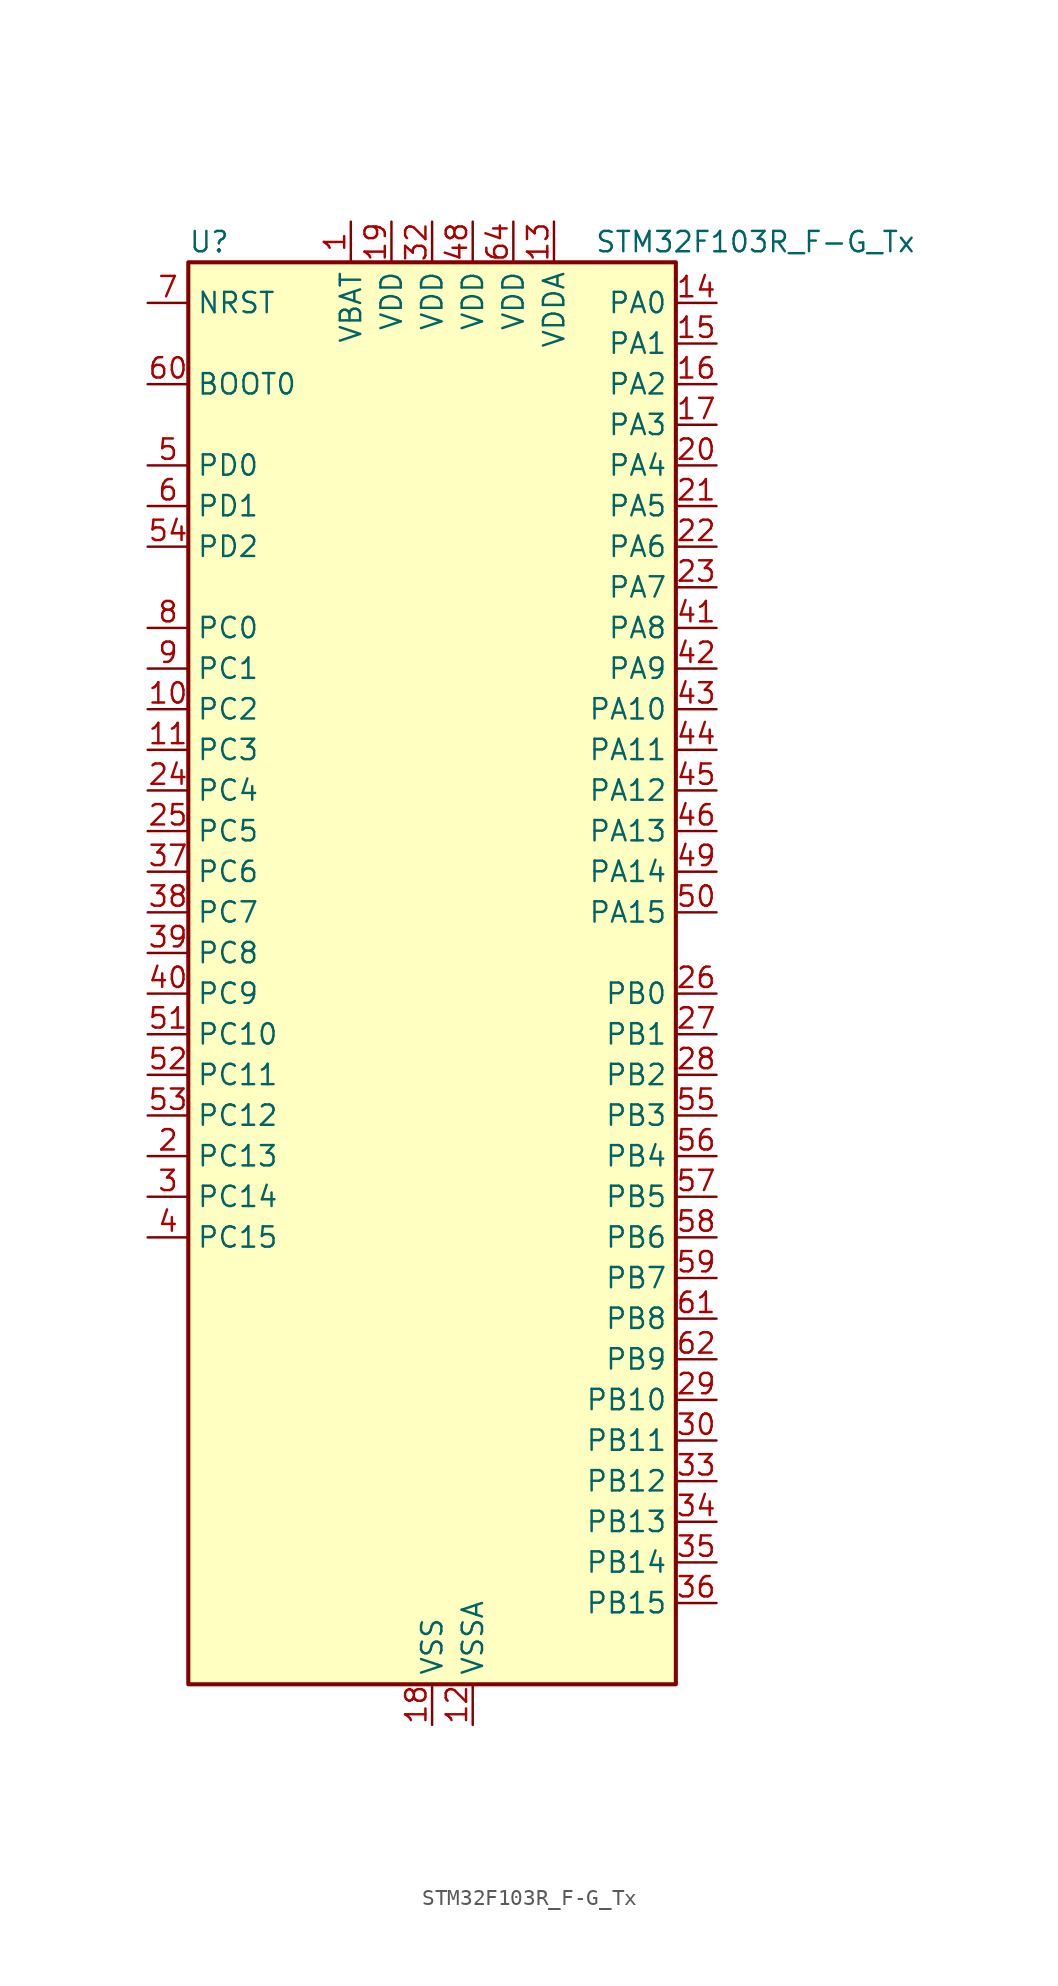
<source format=kicad_sym>
(kicad_symbol_lib
  (version 20220914)
  (generator kicad_symbol_editor)
  (symbol "STM32F103R_F-G_Tx"
    (property "Reference" "U"
      (at -15.24 46.99 0)
      (effects (font (size 1.27 1.27)) (justify left)))
    (property "Value" "STM32F103R_F-G_Tx"
      (at 10.16 46.99 0)
      (effects (font (size 1.27 1.27)) (justify left)))
    (property "ki_locked" ""
      (at 0 0 0)
      (effects (font (size 1.27 1.27))))
    (symbol "STM32F103R_F-G_Tx_0_1"
      (rectangle (start -15.24 -43.18) (end 15.24 45.72) (stroke (width 0.254) (type default)) (fill (type background))))
    (symbol "STM32F103R_F-G_Tx_1_1"
      (pin power_in line (at -5.08 48.26 270) (length 2.54) (name "VBAT" (effects (font (size 1.27 1.27)))) (number "1" (effects (font (size 1.27 1.27)))))
      (pin bidirectional line (at -17.78 17.78 0) (length 2.54) (name "PC2" (effects (font (size 1.27 1.27)))) (number "10" (effects (font (size 1.27 1.27)))) (alternate "ADC1_IN12" bidirectional line) (alternate "ADC2_IN12" bidirectional line) (alternate "ADC3_IN12" bidirectional line))
      (pin bidirectional line (at -17.78 15.24 0) (length 2.54) (name "PC3" (effects (font (size 1.27 1.27)))) (number "11" (effects (font (size 1.27 1.27)))) (alternate "ADC1_IN13" bidirectional line) (alternate "ADC2_IN13" bidirectional line) (alternate "ADC3_IN13" bidirectional line))
      (pin power_in line (at 2.54 -45.72 90) (length 2.54) (name "VSSA" (effects (font (size 1.27 1.27)))) (number "12" (effects (font (size 1.27 1.27)))))
      (pin power_in line (at 7.62 48.26 270) (length 2.54) (name "VDDA" (effects (font (size 1.27 1.27)))) (number "13" (effects (font (size 1.27 1.27)))))
      (pin bidirectional line (at 17.78 43.18 180) (length 2.54) (name "PA0" (effects (font (size 1.27 1.27)))) (number "14" (effects (font (size 1.27 1.27)))) (alternate "ADC1_IN0" bidirectional line) (alternate "ADC2_IN0" bidirectional line) (alternate "ADC3_IN0" bidirectional line) (alternate "SYS_WKUP" bidirectional line) (alternate "TIM2_CH1" bidirectional line) (alternate "TIM2_ETR" bidirectional line) (alternate "TIM5_CH1" bidirectional line) (alternate "TIM8_ETR" bidirectional line) (alternate "USART2_CTS" bidirectional line))
      (pin bidirectional line (at 17.78 40.64 180) (length 2.54) (name "PA1" (effects (font (size 1.27 1.27)))) (number "15" (effects (font (size 1.27 1.27)))) (alternate "ADC1_IN1" bidirectional line) (alternate "ADC2_IN1" bidirectional line) (alternate "ADC3_IN1" bidirectional line) (alternate "TIM2_CH2" bidirectional line) (alternate "TIM5_CH2" bidirectional line) (alternate "USART2_RTS" bidirectional line))
      (pin bidirectional line (at 17.78 38.1 180) (length 2.54) (name "PA2" (effects (font (size 1.27 1.27)))) (number "16" (effects (font (size 1.27 1.27)))) (alternate "ADC1_IN2" bidirectional line) (alternate "ADC2_IN2" bidirectional line) (alternate "ADC3_IN2" bidirectional line) (alternate "TIM2_CH3" bidirectional line) (alternate "TIM5_CH3" bidirectional line) (alternate "TIM9_CH1" bidirectional line) (alternate "USART2_TX" bidirectional line))
      (pin bidirectional line (at 17.78 35.56 180) (length 2.54) (name "PA3" (effects (font (size 1.27 1.27)))) (number "17" (effects (font (size 1.27 1.27)))) (alternate "ADC1_IN3" bidirectional line) (alternate "ADC2_IN3" bidirectional line) (alternate "ADC3_IN3" bidirectional line) (alternate "TIM2_CH4" bidirectional line) (alternate "TIM5_CH4" bidirectional line) (alternate "TIM9_CH2" bidirectional line) (alternate "USART2_RX" bidirectional line))
      (pin power_in line (at 0 -45.72 90) (length 2.54) (name "VSS" (effects (font (size 1.27 1.27)))) (number "18" (effects (font (size 1.27 1.27)))))
      (pin power_in line (at -2.54 48.26 270) (length 2.54) (name "VDD" (effects (font (size 1.27 1.27)))) (number "19" (effects (font (size 1.27 1.27)))))
      (pin bidirectional line (at -17.78 -10.16 0) (length 2.54) (name "PC13" (effects (font (size 1.27 1.27)))) (number "2" (effects (font (size 1.27 1.27)))) (alternate "RTC_OUT" bidirectional line) (alternate "RTC_TAMPER" bidirectional line))
      (pin bidirectional line (at 17.78 33.02 180) (length 2.54) (name "PA4" (effects (font (size 1.27 1.27)))) (number "20" (effects (font (size 1.27 1.27)))) (alternate "ADC1_IN4" bidirectional line) (alternate "ADC2_IN4" bidirectional line) (alternate "DAC_OUT1" bidirectional line) (alternate "SPI1_NSS" bidirectional line) (alternate "USART2_CK" bidirectional line))
      (pin bidirectional line (at 17.78 30.48 180) (length 2.54) (name "PA5" (effects (font (size 1.27 1.27)))) (number "21" (effects (font (size 1.27 1.27)))) (alternate "ADC1_IN5" bidirectional line) (alternate "ADC2_IN5" bidirectional line) (alternate "DAC_OUT2" bidirectional line) (alternate "SPI1_SCK" bidirectional line))
      (pin bidirectional line (at 17.78 27.94 180) (length 2.54) (name "PA6" (effects (font (size 1.27 1.27)))) (number "22" (effects (font (size 1.27 1.27)))) (alternate "ADC1_IN6" bidirectional line) (alternate "ADC2_IN6" bidirectional line) (alternate "SPI1_MISO" bidirectional line) (alternate "TIM13_CH1" bidirectional line) (alternate "TIM1_BKIN" bidirectional line) (alternate "TIM3_CH1" bidirectional line) (alternate "TIM8_BKIN" bidirectional line))
      (pin bidirectional line (at 17.78 25.4 180) (length 2.54) (name "PA7" (effects (font (size 1.27 1.27)))) (number "23" (effects (font (size 1.27 1.27)))) (alternate "ADC1_IN7" bidirectional line) (alternate "ADC2_IN7" bidirectional line) (alternate "SPI1_MOSI" bidirectional line) (alternate "TIM14_CH1" bidirectional line) (alternate "TIM1_CH1N" bidirectional line) (alternate "TIM3_CH2" bidirectional line) (alternate "TIM8_CH1N" bidirectional line))
      (pin bidirectional line (at -17.78 12.7 0) (length 2.54) (name "PC4" (effects (font (size 1.27 1.27)))) (number "24" (effects (font (size 1.27 1.27)))) (alternate "ADC1_IN14" bidirectional line) (alternate "ADC2_IN14" bidirectional line))
      (pin bidirectional line (at -17.78 10.16 0) (length 2.54) (name "PC5" (effects (font (size 1.27 1.27)))) (number "25" (effects (font (size 1.27 1.27)))) (alternate "ADC1_IN15" bidirectional line) (alternate "ADC2_IN15" bidirectional line))
      (pin bidirectional line (at 17.78 0 180) (length 2.54) (name "PB0" (effects (font (size 1.27 1.27)))) (number "26" (effects (font (size 1.27 1.27)))) (alternate "ADC1_IN8" bidirectional line) (alternate "ADC2_IN8" bidirectional line) (alternate "TIM1_CH2N" bidirectional line) (alternate "TIM3_CH3" bidirectional line) (alternate "TIM8_CH2N" bidirectional line))
      (pin bidirectional line (at 17.78 -2.54 180) (length 2.54) (name "PB1" (effects (font (size 1.27 1.27)))) (number "27" (effects (font (size 1.27 1.27)))) (alternate "ADC1_IN9" bidirectional line) (alternate "ADC2_IN9" bidirectional line) (alternate "TIM1_CH3N" bidirectional line) (alternate "TIM3_CH4" bidirectional line) (alternate "TIM8_CH3N" bidirectional line))
      (pin bidirectional line (at 17.78 -5.08 180) (length 2.54) (name "PB2" (effects (font (size 1.27 1.27)))) (number "28" (effects (font (size 1.27 1.27)))))
      (pin bidirectional line (at 17.78 -25.4 180) (length 2.54) (name "PB10" (effects (font (size 1.27 1.27)))) (number "29" (effects (font (size 1.27 1.27)))) (alternate "I2C2_SCL" bidirectional line) (alternate "TIM2_CH3" bidirectional line) (alternate "USART3_TX" bidirectional line))
      (pin bidirectional line (at -17.78 -12.7 0) (length 2.54) (name "PC14" (effects (font (size 1.27 1.27)))) (number "3" (effects (font (size 1.27 1.27)))) (alternate "RCC_OSC32_IN" bidirectional line))
      (pin bidirectional line (at 17.78 -27.94 180) (length 2.54) (name "PB11" (effects (font (size 1.27 1.27)))) (number "30" (effects (font (size 1.27 1.27)))) (alternate "ADC1_EXTI11" bidirectional line) (alternate "ADC2_EXTI11" bidirectional line) (alternate "I2C2_SDA" bidirectional line) (alternate "TIM2_CH4" bidirectional line) (alternate "USART3_RX" bidirectional line))
      (pin passive line (at 0 -45.72 90) (length 2.54) hide (name "VSS" (effects (font (size 1.27 1.27)))) (number "31" (effects (font (size 1.27 1.27)))))
      (pin power_in line (at 0 48.26 270) (length 2.54) (name "VDD" (effects (font (size 1.27 1.27)))) (number "32" (effects (font (size 1.27 1.27)))))
      (pin bidirectional line (at 17.78 -30.48 180) (length 2.54) (name "PB12" (effects (font (size 1.27 1.27)))) (number "33" (effects (font (size 1.27 1.27)))) (alternate "I2C2_SMBA" bidirectional line) (alternate "I2S2_WS" bidirectional line) (alternate "SPI2_NSS" bidirectional line) (alternate "TIM1_BKIN" bidirectional line) (alternate "USART3_CK" bidirectional line))
      (pin bidirectional line (at 17.78 -33.02 180) (length 2.54) (name "PB13" (effects (font (size 1.27 1.27)))) (number "34" (effects (font (size 1.27 1.27)))) (alternate "I2S2_CK" bidirectional line) (alternate "SPI2_SCK" bidirectional line) (alternate "TIM1_CH1N" bidirectional line) (alternate "USART3_CTS" bidirectional line))
      (pin bidirectional line (at 17.78 -35.56 180) (length 2.54) (name "PB14" (effects (font (size 1.27 1.27)))) (number "35" (effects (font (size 1.27 1.27)))) (alternate "SPI2_MISO" bidirectional line) (alternate "TIM12_CH1" bidirectional line) (alternate "TIM1_CH2N" bidirectional line) (alternate "USART3_RTS" bidirectional line))
      (pin bidirectional line (at 17.78 -38.1 180) (length 2.54) (name "PB15" (effects (font (size 1.27 1.27)))) (number "36" (effects (font (size 1.27 1.27)))) (alternate "ADC1_EXTI15" bidirectional line) (alternate "ADC2_EXTI15" bidirectional line) (alternate "I2S2_SD" bidirectional line) (alternate "SPI2_MOSI" bidirectional line) (alternate "TIM12_CH2" bidirectional line) (alternate "TIM1_CH3N" bidirectional line))
      (pin bidirectional line (at -17.78 7.62 0) (length 2.54) (name "PC6" (effects (font (size 1.27 1.27)))) (number "37" (effects (font (size 1.27 1.27)))) (alternate "I2S2_MCK" bidirectional line) (alternate "SDIO_D6" bidirectional line) (alternate "TIM3_CH1" bidirectional line) (alternate "TIM8_CH1" bidirectional line))
      (pin bidirectional line (at -17.78 5.08 0) (length 2.54) (name "PC7" (effects (font (size 1.27 1.27)))) (number "38" (effects (font (size 1.27 1.27)))) (alternate "I2S3_MCK" bidirectional line) (alternate "SDIO_D7" bidirectional line) (alternate "TIM3_CH2" bidirectional line) (alternate "TIM8_CH2" bidirectional line))
      (pin bidirectional line (at -17.78 2.54 0) (length 2.54) (name "PC8" (effects (font (size 1.27 1.27)))) (number "39" (effects (font (size 1.27 1.27)))) (alternate "SDIO_D0" bidirectional line) (alternate "TIM3_CH3" bidirectional line) (alternate "TIM8_CH3" bidirectional line))
      (pin bidirectional line (at -17.78 -15.24 0) (length 2.54) (name "PC15" (effects (font (size 1.27 1.27)))) (number "4" (effects (font (size 1.27 1.27)))) (alternate "ADC1_EXTI15" bidirectional line) (alternate "ADC2_EXTI15" bidirectional line) (alternate "RCC_OSC32_OUT" bidirectional line))
      (pin bidirectional line (at -17.78 0 0) (length 2.54) (name "PC9" (effects (font (size 1.27 1.27)))) (number "40" (effects (font (size 1.27 1.27)))) (alternate "DAC_EXTI9" bidirectional line) (alternate "SDIO_D1" bidirectional line) (alternate "TIM3_CH4" bidirectional line) (alternate "TIM8_CH4" bidirectional line))
      (pin bidirectional line (at 17.78 22.86 180) (length 2.54) (name "PA8" (effects (font (size 1.27 1.27)))) (number "41" (effects (font (size 1.27 1.27)))) (alternate "RCC_MCO" bidirectional line) (alternate "TIM1_CH1" bidirectional line) (alternate "USART1_CK" bidirectional line))
      (pin bidirectional line (at 17.78 20.32 180) (length 2.54) (name "PA9" (effects (font (size 1.27 1.27)))) (number "42" (effects (font (size 1.27 1.27)))) (alternate "DAC_EXTI9" bidirectional line) (alternate "TIM1_CH2" bidirectional line) (alternate "USART1_TX" bidirectional line))
      (pin bidirectional line (at 17.78 17.78 180) (length 2.54) (name "PA10" (effects (font (size 1.27 1.27)))) (number "43" (effects (font (size 1.27 1.27)))) (alternate "TIM1_CH3" bidirectional line) (alternate "USART1_RX" bidirectional line))
      (pin bidirectional line (at 17.78 15.24 180) (length 2.54) (name "PA11" (effects (font (size 1.27 1.27)))) (number "44" (effects (font (size 1.27 1.27)))) (alternate "ADC1_EXTI11" bidirectional line) (alternate "ADC2_EXTI11" bidirectional line) (alternate "CAN_RX" bidirectional line) (alternate "TIM1_CH4" bidirectional line) (alternate "USART1_CTS" bidirectional line) (alternate "USB_DM" bidirectional line))
      (pin bidirectional line (at 17.78 12.7 180) (length 2.54) (name "PA12" (effects (font (size 1.27 1.27)))) (number "45" (effects (font (size 1.27 1.27)))) (alternate "CAN_TX" bidirectional line) (alternate "TIM1_ETR" bidirectional line) (alternate "USART1_RTS" bidirectional line) (alternate "USB_DP" bidirectional line))
      (pin bidirectional line (at 17.78 10.16 180) (length 2.54) (name "PA13" (effects (font (size 1.27 1.27)))) (number "46" (effects (font (size 1.27 1.27)))) (alternate "SYS_JTMS-SWDIO" bidirectional line))
      (pin passive line (at 0 -45.72 90) (length 2.54) hide (name "VSS" (effects (font (size 1.27 1.27)))) (number "47" (effects (font (size 1.27 1.27)))))
      (pin power_in line (at 2.54 48.26 270) (length 2.54) (name "VDD" (effects (font (size 1.27 1.27)))) (number "48" (effects (font (size 1.27 1.27)))))
      (pin bidirectional line (at 17.78 7.62 180) (length 2.54) (name "PA14" (effects (font (size 1.27 1.27)))) (number "49" (effects (font (size 1.27 1.27)))) (alternate "SYS_JTCK-SWCLK" bidirectional line))
      (pin bidirectional line (at -17.78 33.02 0) (length 2.54) (name "PD0" (effects (font (size 1.27 1.27)))) (number "5" (effects (font (size 1.27 1.27)))) (alternate "RCC_OSC_IN" bidirectional line))
      (pin bidirectional line (at 17.78 5.08 180) (length 2.54) (name "PA15" (effects (font (size 1.27 1.27)))) (number "50" (effects (font (size 1.27 1.27)))) (alternate "ADC1_EXTI15" bidirectional line) (alternate "ADC2_EXTI15" bidirectional line) (alternate "I2S3_WS" bidirectional line) (alternate "SPI1_NSS" bidirectional line) (alternate "SPI3_NSS" bidirectional line) (alternate "SYS_JTDI" bidirectional line) (alternate "TIM2_CH1" bidirectional line) (alternate "TIM2_ETR" bidirectional line))
      (pin bidirectional line (at -17.78 -2.54 0) (length 2.54) (name "PC10" (effects (font (size 1.27 1.27)))) (number "51" (effects (font (size 1.27 1.27)))) (alternate "SDIO_D2" bidirectional line) (alternate "UART4_TX" bidirectional line) (alternate "USART3_TX" bidirectional line))
      (pin bidirectional line (at -17.78 -5.08 0) (length 2.54) (name "PC11" (effects (font (size 1.27 1.27)))) (number "52" (effects (font (size 1.27 1.27)))) (alternate "ADC1_EXTI11" bidirectional line) (alternate "ADC2_EXTI11" bidirectional line) (alternate "SDIO_D3" bidirectional line) (alternate "UART4_RX" bidirectional line) (alternate "USART3_RX" bidirectional line))
      (pin bidirectional line (at -17.78 -7.62 0) (length 2.54) (name "PC12" (effects (font (size 1.27 1.27)))) (number "53" (effects (font (size 1.27 1.27)))) (alternate "SDIO_CK" bidirectional line) (alternate "UART5_TX" bidirectional line) (alternate "USART3_CK" bidirectional line))
      (pin bidirectional line (at -17.78 27.94 0) (length 2.54) (name "PD2" (effects (font (size 1.27 1.27)))) (number "54" (effects (font (size 1.27 1.27)))) (alternate "SDIO_CMD" bidirectional line) (alternate "TIM3_ETR" bidirectional line) (alternate "UART5_RX" bidirectional line))
      (pin bidirectional line (at 17.78 -7.62 180) (length 2.54) (name "PB3" (effects (font (size 1.27 1.27)))) (number "55" (effects (font (size 1.27 1.27)))) (alternate "I2S3_CK" bidirectional line) (alternate "SPI1_SCK" bidirectional line) (alternate "SPI3_SCK" bidirectional line) (alternate "SYS_JTDO-TRACESWO" bidirectional line) (alternate "TIM2_CH2" bidirectional line))
      (pin bidirectional line (at 17.78 -10.16 180) (length 2.54) (name "PB4" (effects (font (size 1.27 1.27)))) (number "56" (effects (font (size 1.27 1.27)))) (alternate "SPI1_MISO" bidirectional line) (alternate "SPI3_MISO" bidirectional line) (alternate "SYS_NJTRST" bidirectional line) (alternate "TIM3_CH1" bidirectional line))
      (pin bidirectional line (at 17.78 -12.7 180) (length 2.54) (name "PB5" (effects (font (size 1.27 1.27)))) (number "57" (effects (font (size 1.27 1.27)))) (alternate "I2C1_SMBA" bidirectional line) (alternate "I2S3_SD" bidirectional line) (alternate "SPI1_MOSI" bidirectional line) (alternate "SPI3_MOSI" bidirectional line) (alternate "TIM3_CH2" bidirectional line))
      (pin bidirectional line (at 17.78 -15.24 180) (length 2.54) (name "PB6" (effects (font (size 1.27 1.27)))) (number "58" (effects (font (size 1.27 1.27)))) (alternate "I2C1_SCL" bidirectional line) (alternate "TIM4_CH1" bidirectional line) (alternate "USART1_TX" bidirectional line))
      (pin bidirectional line (at 17.78 -17.78 180) (length 2.54) (name "PB7" (effects (font (size 1.27 1.27)))) (number "59" (effects (font (size 1.27 1.27)))) (alternate "I2C1_SDA" bidirectional line) (alternate "TIM4_CH2" bidirectional line) (alternate "USART1_RX" bidirectional line))
      (pin bidirectional line (at -17.78 30.48 0) (length 2.54) (name "PD1" (effects (font (size 1.27 1.27)))) (number "6" (effects (font (size 1.27 1.27)))) (alternate "RCC_OSC_OUT" bidirectional line))
      (pin input line (at -17.78 38.1 0) (length 2.54) (name "BOOT0" (effects (font (size 1.27 1.27)))) (number "60" (effects (font (size 1.27 1.27)))))
      (pin bidirectional line (at 17.78 -20.32 180) (length 2.54) (name "PB8" (effects (font (size 1.27 1.27)))) (number "61" (effects (font (size 1.27 1.27)))) (alternate "CAN_RX" bidirectional line) (alternate "I2C1_SCL" bidirectional line) (alternate "SDIO_D4" bidirectional line) (alternate "TIM10_CH1" bidirectional line) (alternate "TIM4_CH3" bidirectional line))
      (pin bidirectional line (at 17.78 -22.86 180) (length 2.54) (name "PB9" (effects (font (size 1.27 1.27)))) (number "62" (effects (font (size 1.27 1.27)))) (alternate "CAN_TX" bidirectional line) (alternate "DAC_EXTI9" bidirectional line) (alternate "I2C1_SDA" bidirectional line) (alternate "SDIO_D5" bidirectional line) (alternate "TIM11_CH1" bidirectional line) (alternate "TIM4_CH4" bidirectional line))
      (pin passive line (at 0 -45.72 90) (length 2.54) hide (name "VSS" (effects (font (size 1.27 1.27)))) (number "63" (effects (font (size 1.27 1.27)))))
      (pin power_in line (at 5.08 48.26 270) (length 2.54) (name "VDD" (effects (font (size 1.27 1.27)))) (number "64" (effects (font (size 1.27 1.27)))))
      (pin input line (at -17.78 43.18 0) (length 2.54) (name "NRST" (effects (font (size 1.27 1.27)))) (number "7" (effects (font (size 1.27 1.27)))))
      (pin bidirectional line (at -17.78 22.86 0) (length 2.54) (name "PC0" (effects (font (size 1.27 1.27)))) (number "8" (effects (font (size 1.27 1.27)))) (alternate "ADC1_IN10" bidirectional line) (alternate "ADC2_IN10" bidirectional line) (alternate "ADC3_IN10" bidirectional line))
      (pin bidirectional line (at -17.78 20.32 0) (length 2.54) (name "PC1" (effects (font (size 1.27 1.27)))) (number "9" (effects (font (size 1.27 1.27)))) (alternate "ADC1_IN11" bidirectional line) (alternate "ADC2_IN11" bidirectional line) (alternate "ADC3_IN11" bidirectional line)))))
</source>
